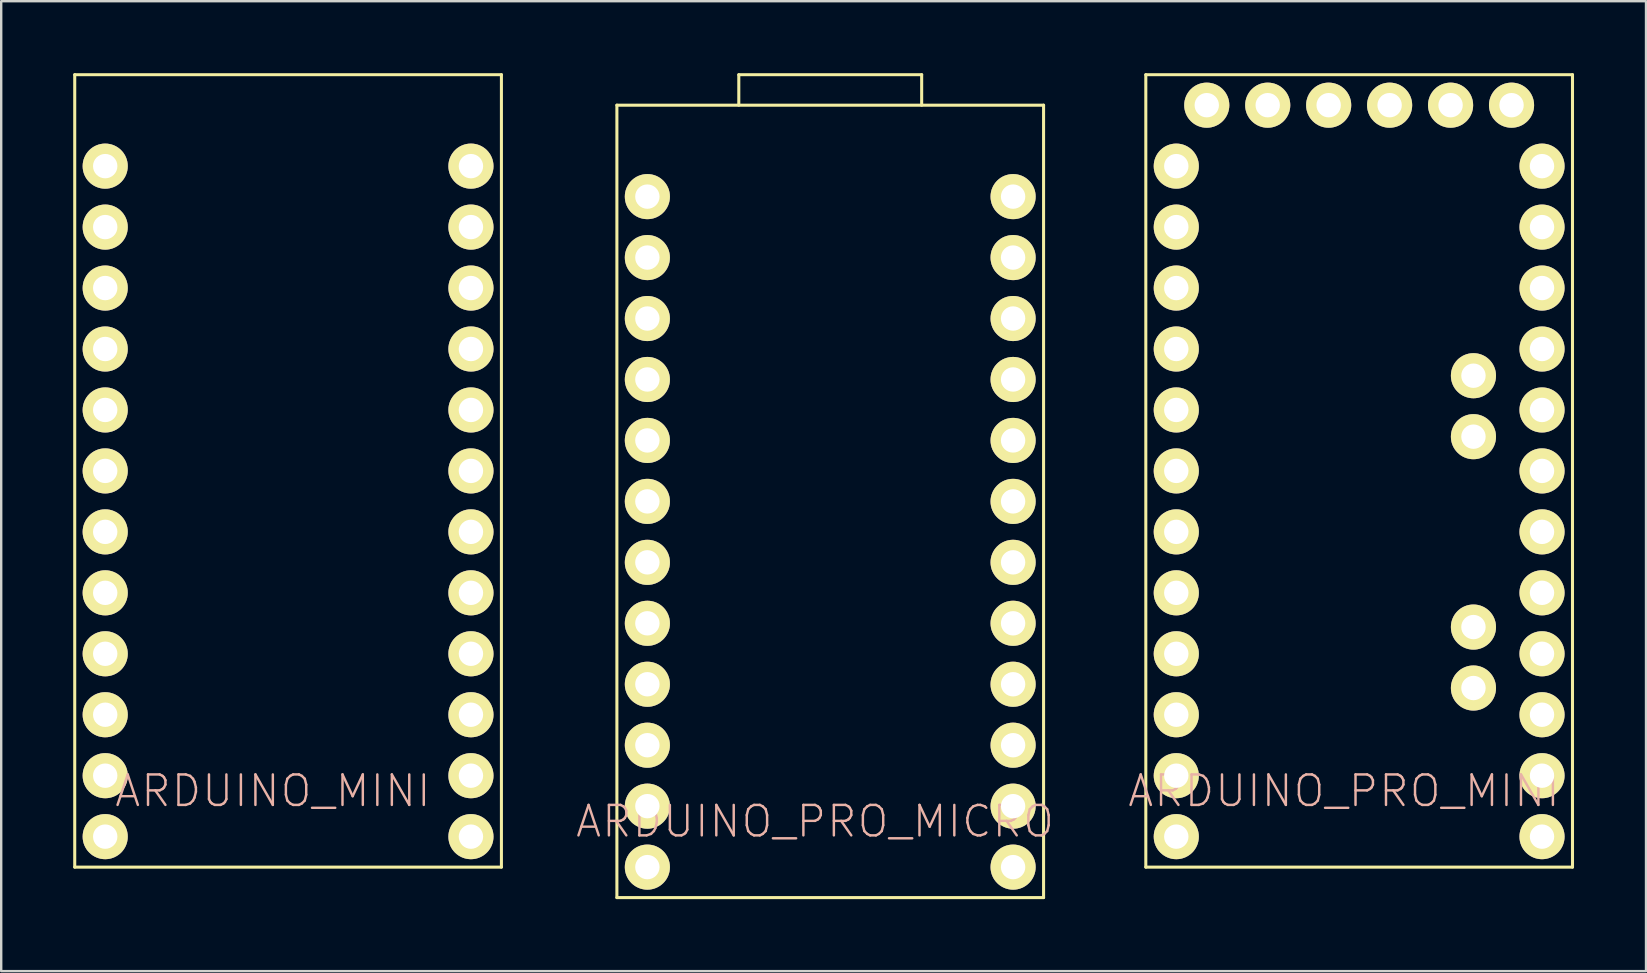
<source format=kicad_pcb>
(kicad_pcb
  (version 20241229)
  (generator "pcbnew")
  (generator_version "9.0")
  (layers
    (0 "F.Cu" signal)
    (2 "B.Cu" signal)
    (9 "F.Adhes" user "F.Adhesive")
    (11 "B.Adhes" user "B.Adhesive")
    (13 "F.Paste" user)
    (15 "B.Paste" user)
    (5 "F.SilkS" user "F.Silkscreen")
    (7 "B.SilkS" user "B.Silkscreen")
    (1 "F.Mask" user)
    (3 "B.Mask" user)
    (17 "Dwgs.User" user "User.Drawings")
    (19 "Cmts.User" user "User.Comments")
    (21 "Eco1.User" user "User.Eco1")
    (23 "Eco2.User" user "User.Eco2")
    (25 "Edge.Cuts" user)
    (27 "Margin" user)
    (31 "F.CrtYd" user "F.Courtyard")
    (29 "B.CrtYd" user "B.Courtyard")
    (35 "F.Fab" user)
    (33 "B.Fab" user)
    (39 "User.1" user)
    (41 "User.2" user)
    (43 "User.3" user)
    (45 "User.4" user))
  (footprint "ARDUINO_MINI"
    (layer "F.Cu")
    (at 8.954 16.573)
    (property "Reference" "ARDUINO_MINI" (at -0.635 13.335 0) (layer "B.SilkS") (effects (font (size 1.27 1.27) (thickness 0.102))))
    (attr exclude_from_pos_files exclude_from_bom)
    (fp_line (start -8.89 -16.51) (end -8.89 16.51) (stroke (width 0.127) (type solid)) (layer "F.SilkS"))
    (fp_line (start -8.89 16.51) (end 8.89 16.51) (stroke (width 0.127) (type solid)) (layer "F.SilkS"))
    (fp_line (start 8.89 -16.51) (end -8.89 -16.51) (stroke (width 0.127) (type solid)) (layer "F.SilkS"))
    (fp_line (start 8.89 16.51) (end 8.89 -16.51) (stroke (width 0.127) (type solid)) (layer "F.SilkS"))
    (pad "1" thru_hole circle (at -7.62 -12.7) (size 1.88 1.88) (drill 1.016) (layers "*.Cu" "F.Mask" "F.SilkS" "F.Paste"))
    (pad "2" thru_hole circle (at -7.62 -10.16) (size 1.88 1.88) (drill 1.016) (layers "*.Cu" "F.Mask" "F.SilkS" "F.Paste"))
    (pad "3" thru_hole circle (at -7.62 -7.62) (size 1.88 1.88) (drill 1.016) (layers "*.Cu" "F.Mask" "F.SilkS" "F.Paste"))
    (pad "4" thru_hole circle (at -7.62 -5.08) (size 1.88 1.88) (drill 1.016) (layers "*.Cu" "F.Mask" "F.SilkS" "F.Paste"))
    (pad "5" thru_hole circle (at -7.62 -2.54) (size 1.88 1.88) (drill 1.016) (layers "*.Cu" "F.Mask" "F.SilkS" "F.Paste"))
    (pad "6" thru_hole circle (at -7.62 0) (size 1.88 1.88) (drill 1.016) (layers "*.Cu" "F.Mask" "F.SilkS" "F.Paste"))
    (pad "7" thru_hole circle (at -7.62 2.54) (size 1.88 1.88) (drill 1.016) (layers "*.Cu" "F.Mask" "F.SilkS" "F.Paste"))
    (pad "8" thru_hole circle (at -7.62 5.08) (size 1.88 1.88) (drill 1.016) (layers "*.Cu" "F.Mask" "F.SilkS" "F.Paste"))
    (pad "9" thru_hole circle (at -7.62 7.62) (size 1.88 1.88) (drill 1.016) (layers "*.Cu" "F.Mask" "F.SilkS" "F.Paste"))
    (pad "10" thru_hole circle (at -7.62 10.16) (size 1.88 1.88) (drill 1.016) (layers "*.Cu" "F.Mask" "F.SilkS" "F.Paste"))
    (pad "11" thru_hole circle (at -7.62 12.7) (size 1.88 1.88) (drill 1.016) (layers "*.Cu" "F.Mask" "F.SilkS" "F.Paste"))
    (pad "12" thru_hole circle (at -7.62 15.24) (size 1.88 1.88) (drill 1.016) (layers "*.Cu" "F.Mask" "F.SilkS" "F.Paste"))
    (pad "13" thru_hole circle (at 7.62 15.24) (size 1.88 1.88) (drill 1.016) (layers "*.Cu" "F.Mask" "F.SilkS" "F.Paste"))
    (pad "14" thru_hole circle (at 7.62 12.7) (size 1.88 1.88) (drill 1.016) (layers "*.Cu" "F.Mask" "F.SilkS" "F.Paste"))
    (pad "15" thru_hole circle (at 7.62 10.16) (size 1.88 1.88) (drill 1.016) (layers "*.Cu" "F.Mask" "F.SilkS" "F.Paste"))
    (pad "16" thru_hole circle (at 7.62 7.62) (size 1.88 1.88) (drill 1.016) (layers "*.Cu" "F.Mask" "F.SilkS" "F.Paste"))
    (pad "17" thru_hole circle (at 7.62 5.08) (size 1.88 1.88) (drill 1.016) (layers "*.Cu" "F.Mask" "F.SilkS" "F.Paste"))
    (pad "18" thru_hole circle (at 7.62 2.54) (size 1.88 1.88) (drill 1.016) (layers "*.Cu" "F.Mask" "F.SilkS" "F.Paste"))
    (pad "19" thru_hole circle (at 7.62 0) (size 1.88 1.88) (drill 1.016) (layers "*.Cu" "F.Mask" "F.SilkS" "F.Paste"))
    (pad "20" thru_hole circle (at 7.62 -2.54) (size 1.88 1.88) (drill 1.016) (layers "*.Cu" "F.Mask" "F.SilkS" "F.Paste"))
    (pad "21" thru_hole circle (at 7.62 -5.08) (size 1.88 1.88) (drill 1.016) (layers "*.Cu" "F.Mask" "F.SilkS" "F.Paste"))
    (pad "22" thru_hole circle (at 7.62 -7.62) (size 1.88 1.88) (drill 1.016) (layers "*.Cu" "F.Mask" "F.SilkS" "F.Paste"))
    (pad "23" thru_hole circle (at 7.62 -10.16) (size 1.88 1.88) (drill 1.016) (layers "*.Cu" "F.Mask" "F.SilkS" "F.Paste"))
    (pad "24" thru_hole circle (at 7.62 -12.7) (size 1.88 1.88) (drill 1.016) (layers "*.Cu" "F.Mask" "F.SilkS" "F.Paste")))
  (footprint "ARDUINO_PRO_MICRO"
    (layer "F.Cu")
    (at 31.546 17.843)
    (property "Reference" "ARDUINO_PRO_MICRO" (at -0.635 13.335 0) (layer "B.SilkS") (effects (font (size 1.27 1.27) (thickness 0.102))))
    (attr exclude_from_pos_files exclude_from_bom)
    (fp_line (start -8.89 -16.51) (end -8.89 16.51) (stroke (width 0.127) (type solid)) (layer "F.SilkS"))
    (fp_line (start -8.89 16.51) (end 8.89 16.51) (stroke (width 0.127) (type solid)) (layer "F.SilkS"))
    (fp_line (start -3.81 -17.78) (end 3.81 -17.78) (stroke (width 0.127) (type solid)) (layer "F.SilkS"))
    (fp_line (start -3.81 -16.51) (end -3.81 -17.78) (stroke (width 0.127) (type solid)) (layer "F.SilkS"))
    (fp_line (start 3.81 -17.78) (end 3.81 -16.51) (stroke (width 0.127) (type solid)) (layer "F.SilkS"))
    (fp_line (start 8.89 -16.51) (end -8.89 -16.51) (stroke (width 0.127) (type solid)) (layer "F.SilkS"))
    (fp_line (start 8.89 16.51) (end 8.89 -16.51) (stroke (width 0.127) (type solid)) (layer "F.SilkS"))
    (pad "1" thru_hole circle (at -7.62 -12.7) (size 1.88 1.88) (drill 1.016) (layers "*.Cu" "F.Mask" "F.SilkS" "F.Paste"))
    (pad "2" thru_hole circle (at -7.62 -10.16) (size 1.88 1.88) (drill 1.016) (layers "*.Cu" "F.Mask" "F.SilkS" "F.Paste"))
    (pad "3" thru_hole circle (at -7.62 -7.62) (size 1.88 1.88) (drill 1.016) (layers "*.Cu" "F.Mask" "F.SilkS" "F.Paste"))
    (pad "4" thru_hole circle (at -7.62 -5.08) (size 1.88 1.88) (drill 1.016) (layers "*.Cu" "F.Mask" "F.SilkS" "F.Paste"))
    (pad "5" thru_hole circle (at -7.62 -2.54) (size 1.88 1.88) (drill 1.016) (layers "*.Cu" "F.Mask" "F.SilkS" "F.Paste"))
    (pad "6" thru_hole circle (at -7.62 0) (size 1.88 1.88) (drill 1.016) (layers "*.Cu" "F.Mask" "F.SilkS" "F.Paste"))
    (pad "7" thru_hole circle (at -7.62 2.54) (size 1.88 1.88) (drill 1.016) (layers "*.Cu" "F.Mask" "F.SilkS" "F.Paste"))
    (pad "8" thru_hole circle (at -7.62 5.08) (size 1.88 1.88) (drill 1.016) (layers "*.Cu" "F.Mask" "F.SilkS" "F.Paste"))
    (pad "9" thru_hole circle (at -7.62 7.62) (size 1.88 1.88) (drill 1.016) (layers "*.Cu" "F.Mask" "F.SilkS" "F.Paste"))
    (pad "10" thru_hole circle (at -7.62 10.16) (size 1.88 1.88) (drill 1.016) (layers "*.Cu" "F.Mask" "F.SilkS" "F.Paste"))
    (pad "11" thru_hole circle (at -7.62 12.7) (size 1.88 1.88) (drill 1.016) (layers "*.Cu" "F.Mask" "F.SilkS" "F.Paste"))
    (pad "12" thru_hole circle (at -7.62 15.24) (size 1.88 1.88) (drill 1.016) (layers "*.Cu" "F.Mask" "F.SilkS" "F.Paste"))
    (pad "13" thru_hole circle (at 7.62 15.24) (size 1.88 1.88) (drill 1.016) (layers "*.Cu" "F.Mask" "F.SilkS" "F.Paste"))
    (pad "14" thru_hole circle (at 7.62 12.7) (size 1.88 1.88) (drill 1.016) (layers "*.Cu" "F.Mask" "F.SilkS" "F.Paste"))
    (pad "15" thru_hole circle (at 7.62 10.16) (size 1.88 1.88) (drill 1.016) (layers "*.Cu" "F.Mask" "F.SilkS" "F.Paste"))
    (pad "16" thru_hole circle (at 7.62 7.62) (size 1.88 1.88) (drill 1.016) (layers "*.Cu" "F.Mask" "F.SilkS" "F.Paste"))
    (pad "17" thru_hole circle (at 7.62 5.08) (size 1.88 1.88) (drill 1.016) (layers "*.Cu" "F.Mask" "F.SilkS" "F.Paste"))
    (pad "18" thru_hole circle (at 7.62 2.54) (size 1.88 1.88) (drill 1.016) (layers "*.Cu" "F.Mask" "F.SilkS" "F.Paste"))
    (pad "19" thru_hole circle (at 7.62 0) (size 1.88 1.88) (drill 1.016) (layers "*.Cu" "F.Mask" "F.SilkS" "F.Paste"))
    (pad "20" thru_hole circle (at 7.62 -2.54) (size 1.88 1.88) (drill 1.016) (layers "*.Cu" "F.Mask" "F.SilkS" "F.Paste"))
    (pad "21" thru_hole circle (at 7.62 -5.08) (size 1.88 1.88) (drill 1.016) (layers "*.Cu" "F.Mask" "F.SilkS" "F.Paste"))
    (pad "22" thru_hole circle (at 7.62 -7.62) (size 1.88 1.88) (drill 1.016) (layers "*.Cu" "F.Mask" "F.SilkS" "F.Paste"))
    (pad "23" thru_hole circle (at 7.62 -10.16) (size 1.88 1.88) (drill 1.016) (layers "*.Cu" "F.Mask" "F.SilkS" "F.Paste"))
    (pad "24" thru_hole circle (at 7.62 -12.7) (size 1.88 1.88) (drill 1.016) (layers "*.Cu" "F.Mask" "F.SilkS" "F.Paste")))
  (footprint "ARDUINO_PRO_MINI"
    (layer "F.Cu")
    (at 53.586 16.573)
    (property "Reference" "ARDUINO_PRO_MINI" (at -0.635 13.335 0) (layer "B.SilkS") (effects (font (size 1.27 1.27) (thickness 0.102))))
    (attr exclude_from_pos_files exclude_from_bom)
    (fp_line (start -8.89 -16.51) (end -8.89 16.51) (stroke (width 0.127) (type solid)) (layer "F.SilkS"))
    (fp_line (start -8.89 16.51) (end 8.89 16.51) (stroke (width 0.127) (type solid)) (layer "F.SilkS"))
    (fp_line (start 8.89 -16.51) (end -8.89 -16.51) (stroke (width 0.127) (type solid)) (layer "F.SilkS"))
    (fp_line (start 8.89 16.51) (end 8.89 -16.51) (stroke (width 0.127) (type solid)) (layer "F.SilkS"))
    (pad "1" thru_hole circle (at -7.62 -12.7) (size 1.88 1.88) (drill 1.016) (layers "*.Cu" "F.Mask" "F.SilkS" "F.Paste"))
    (pad "2" thru_hole circle (at -7.62 -10.16) (size 1.88 1.88) (drill 1.016) (layers "*.Cu" "F.Mask" "F.SilkS" "F.Paste"))
    (pad "3" thru_hole circle (at -7.62 -7.62) (size 1.88 1.88) (drill 1.016) (layers "*.Cu" "F.Mask" "F.SilkS" "F.Paste"))
    (pad "4" thru_hole circle (at -7.62 -5.08) (size 1.88 1.88) (drill 1.016) (layers "*.Cu" "F.Mask" "F.SilkS" "F.Paste"))
    (pad "5" thru_hole circle (at -7.62 -2.54) (size 1.88 1.88) (drill 1.016) (layers "*.Cu" "F.Mask" "F.SilkS" "F.Paste"))
    (pad "6" thru_hole circle (at -7.62 0) (size 1.88 1.88) (drill 1.016) (layers "*.Cu" "F.Mask" "F.SilkS" "F.Paste"))
    (pad "7" thru_hole circle (at -7.62 2.54) (size 1.88 1.88) (drill 1.016) (layers "*.Cu" "F.Mask" "F.SilkS" "F.Paste"))
    (pad "8" thru_hole circle (at -7.62 5.08) (size 1.88 1.88) (drill 1.016) (layers "*.Cu" "F.Mask" "F.SilkS" "F.Paste"))
    (pad "9" thru_hole circle (at -7.62 7.62) (size 1.88 1.88) (drill 1.016) (layers "*.Cu" "F.Mask" "F.SilkS" "F.Paste"))
    (pad "10" thru_hole circle (at -7.62 10.16) (size 1.88 1.88) (drill 1.016) (layers "*.Cu" "F.Mask" "F.SilkS" "F.Paste"))
    (pad "11" thru_hole circle (at -7.62 12.7) (size 1.88 1.88) (drill 1.016) (layers "*.Cu" "F.Mask" "F.SilkS" "F.Paste"))
    (pad "12" thru_hole circle (at -7.62 15.24) (size 1.88 1.88) (drill 1.016) (layers "*.Cu" "F.Mask" "F.SilkS" "F.Paste"))
    (pad "13" thru_hole circle (at 7.62 15.24) (size 1.88 1.88) (drill 1.016) (layers "*.Cu" "F.Mask" "F.SilkS" "F.Paste"))
    (pad "14" thru_hole circle (at 7.62 12.7) (size 1.88 1.88) (drill 1.016) (layers "*.Cu" "F.Mask" "F.SilkS" "F.Paste"))
    (pad "15" thru_hole circle (at 7.62 10.16) (size 1.88 1.88) (drill 1.016) (layers "*.Cu" "F.Mask" "F.SilkS" "F.Paste"))
    (pad "16" thru_hole circle (at 7.62 7.62) (size 1.88 1.88) (drill 1.016) (layers "*.Cu" "F.Mask" "F.SilkS" "F.Paste"))
    (pad "17" thru_hole circle (at 7.62 5.08) (size 1.88 1.88) (drill 1.016) (layers "*.Cu" "F.Mask" "F.SilkS" "F.Paste"))
    (pad "18" thru_hole circle (at 7.62 2.54) (size 1.88 1.88) (drill 1.016) (layers "*.Cu" "F.Mask" "F.SilkS" "F.Paste"))
    (pad "19" thru_hole circle (at 7.62 0) (size 1.88 1.88) (drill 1.016) (layers "*.Cu" "F.Mask" "F.SilkS" "F.Paste"))
    (pad "20" thru_hole circle (at 7.62 -2.54) (size 1.88 1.88) (drill 1.016) (layers "*.Cu" "F.Mask" "F.SilkS" "F.Paste"))
    (pad "21" thru_hole circle (at 7.62 -5.08) (size 1.88 1.88) (drill 1.016) (layers "*.Cu" "F.Mask" "F.SilkS" "F.Paste"))
    (pad "22" thru_hole circle (at 7.62 -7.62) (size 1.88 1.88) (drill 1.016) (layers "*.Cu" "F.Mask" "F.SilkS" "F.Paste"))
    (pad "23" thru_hole circle (at 7.62 -10.16) (size 1.88 1.88) (drill 1.016) (layers "*.Cu" "F.Mask" "F.SilkS" "F.Paste"))
    (pad "24" thru_hole circle (at 7.62 -12.7) (size 1.88 1.88) (drill 1.016) (layers "*.Cu" "F.Mask" "F.SilkS" "F.Paste"))
    (pad "A4" thru_hole circle (at 4.763 -1.427) (size 1.88 1.88) (drill 1.016) (layers "*.Cu" "F.Mask" "F.SilkS" "F.Paste"))
    (pad "A5" thru_hole circle (at 4.763 -3.967) (size 1.88 1.88) (drill 1.016) (layers "*.Cu" "F.Mask" "F.SilkS" "F.Paste"))
    (pad "A6" thru_hole circle (at 4.763 9.047) (size 1.88 1.88) (drill 1.016) (layers "*.Cu" "F.Mask" "F.SilkS" "F.Paste"))
    (pad "A7" thru_hole circle (at 4.763 6.507) (size 1.88 1.88) (drill 1.016) (layers "*.Cu" "F.Mask" "F.SilkS" "F.Paste"))
    (pad "BLK" thru_hole circle (at -6.35 -15.24) (size 1.88 1.88) (drill 1.016) (layers "*.Cu" "F.Mask" "F.SilkS" "F.Paste"))
    (pad "GND" thru_hole circle (at -3.81 -15.24) (size 1.88 1.88) (drill 1.016) (layers "*.Cu" "F.Mask" "F.SilkS" "F.Paste"))
    (pad "GRN" thru_hole circle (at 6.35 -15.24) (size 1.88 1.88) (drill 1.016) (layers "*.Cu" "F.Mask" "F.SilkS" "F.Paste"))
    (pad "RXI" thru_hole circle (at 1.27 -15.24) (size 1.88 1.88) (drill 1.016) (layers "*.Cu" "F.Mask" "F.SilkS" "F.Paste"))
    (pad "TXO" thru_hole circle (at 3.81 -15.24) (size 1.88 1.88) (drill 1.016) (layers "*.Cu" "F.Mask" "F.SilkS" "F.Paste"))
    (pad "VCC" thru_hole circle (at -1.27 -15.24) (size 1.88 1.88) (drill 1.016) (layers "*.Cu" "F.Mask" "F.SilkS" "F.Paste")))
  (gr_rect
    (start -3 -3)
    (end 65.54 37.417)
    (stroke (width 0.1) (type default))
    (fill no)
    (layer "Edge.Cuts")))
</source>
